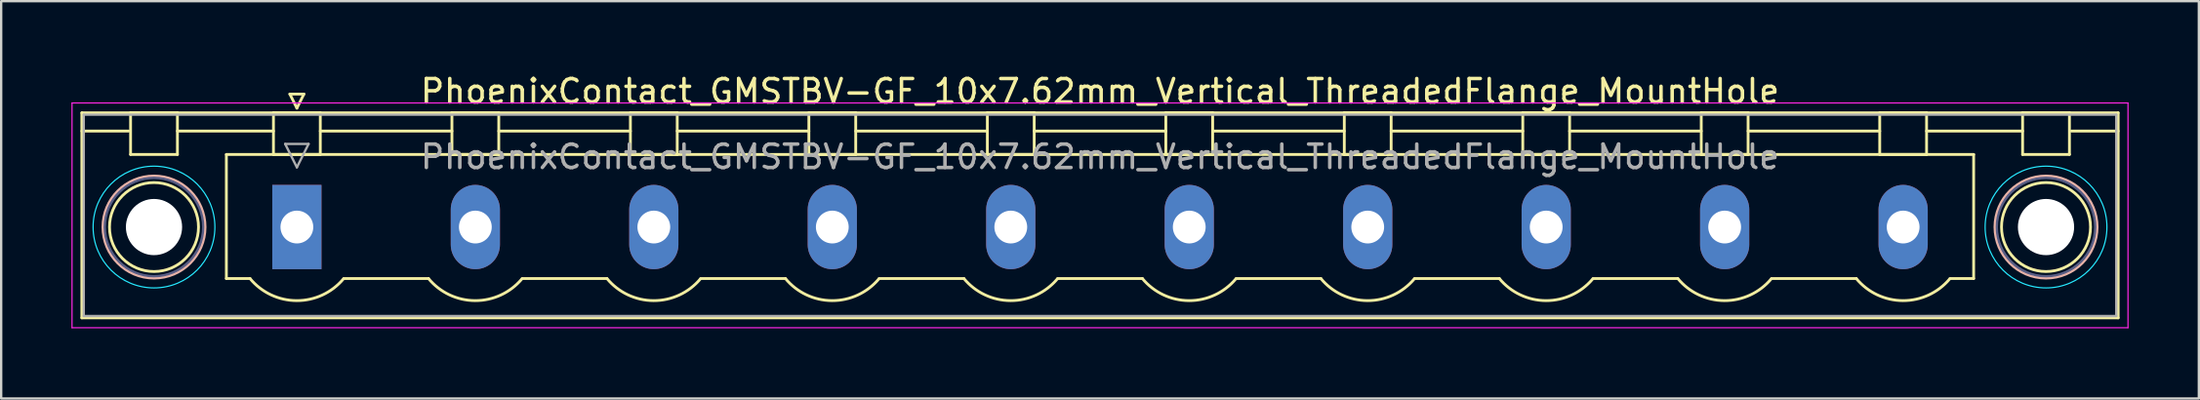
<source format=kicad_pcb>
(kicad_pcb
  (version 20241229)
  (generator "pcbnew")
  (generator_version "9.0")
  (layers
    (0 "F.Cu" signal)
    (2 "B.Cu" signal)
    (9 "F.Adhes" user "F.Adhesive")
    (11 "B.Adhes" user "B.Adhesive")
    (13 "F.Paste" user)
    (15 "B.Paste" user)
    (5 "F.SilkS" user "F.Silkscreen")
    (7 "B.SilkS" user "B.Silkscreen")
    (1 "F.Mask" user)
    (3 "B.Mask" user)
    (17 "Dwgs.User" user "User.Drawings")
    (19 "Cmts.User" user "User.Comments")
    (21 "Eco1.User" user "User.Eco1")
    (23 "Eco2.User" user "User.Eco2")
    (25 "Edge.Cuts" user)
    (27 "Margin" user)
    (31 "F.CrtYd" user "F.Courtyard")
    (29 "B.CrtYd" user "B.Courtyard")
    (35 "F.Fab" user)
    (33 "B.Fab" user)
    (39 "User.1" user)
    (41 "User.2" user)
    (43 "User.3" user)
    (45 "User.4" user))
  (footprint "PhoenixContact_GMSTBV-GF_10x7.62mm_Vertical_ThreadedFlange_MountHole"
    (layer "F.Cu")
    (at 9.625 6.648)
    (property "Reference" "PhoenixContact_GMSTBV-GF_10x7.62mm_Vertical_ThreadedFlange_MountHole" (at 34.29 -5.8 0) (layer "F.SilkS") (effects (font (size 1 1) (thickness 0.15))))
    (attr through_hole)
    (fp_line (start -9.18 -4.88) (end -9.18 3.88) (stroke (width 0.12) (type solid)) (layer "F.SilkS"))
    (fp_line (start -9.18 -4.1) (end -7.18 -4.1) (stroke (width 0.12) (type solid)) (layer "F.SilkS"))
    (fp_line (start -9.18 3.88) (end 77.76 3.88) (stroke (width 0.12) (type solid)) (layer "F.SilkS"))
    (fp_line (start -7.1 -4.88) (end -5.1 -4.88) (stroke (width 0.12) (type solid)) (layer "F.SilkS"))
    (fp_line (start -7.1 -3.1) (end -7.1 -4.88) (stroke (width 0.12) (type solid)) (layer "F.SilkS"))
    (fp_line (start -5.1 -4.88) (end -5.1 -3.1) (stroke (width 0.12) (type solid)) (layer "F.SilkS"))
    (fp_line (start -5.1 -4.1) (end -1 -4.1) (stroke (width 0.12) (type solid)) (layer "F.SilkS"))
    (fp_line (start -5.1 -3.1) (end -7.1 -3.1) (stroke (width 0.12) (type solid)) (layer "F.SilkS"))
    (fp_line (start -3.01 -3.1) (end 71.59 -3.1) (stroke (width 0.12) (type solid)) (layer "F.SilkS"))
    (fp_line (start -3.01 2.2) (end -3.01 -3.1) (stroke (width 0.12) (type solid)) (layer "F.SilkS"))
    (fp_line (start -2 2.2) (end -3.01 2.2) (stroke (width 0.12) (type solid)) (layer "F.SilkS"))
    (fp_line (start -1 -4.88) (end 1 -4.88) (stroke (width 0.12) (type solid)) (layer "F.SilkS"))
    (fp_line (start -1 -3.1) (end -1 -4.88) (stroke (width 0.12) (type solid)) (layer "F.SilkS"))
    (fp_line (start -0.3 -5.68) (end 0.3 -5.68) (stroke (width 0.12) (type solid)) (layer "F.SilkS"))
    (fp_line (start 0 -5.08) (end -0.3 -5.68) (stroke (width 0.12) (type solid)) (layer "F.SilkS"))
    (fp_line (start 0.3 -5.68) (end 0 -5.08) (stroke (width 0.12) (type solid)) (layer "F.SilkS"))
    (fp_line (start 1 -4.88) (end 1 -3.1) (stroke (width 0.12) (type solid)) (layer "F.SilkS"))
    (fp_line (start 1 -4.1) (end 6.62 -4.1) (stroke (width 0.12) (type solid)) (layer "F.SilkS"))
    (fp_line (start 1 -3.1) (end -1 -3.1) (stroke (width 0.12) (type solid)) (layer "F.SilkS"))
    (fp_line (start 2 2.2) (end 5.62 2.2) (stroke (width 0.12) (type solid)) (layer "F.SilkS"))
    (fp_line (start 6.62 -4.88) (end 8.62 -4.88) (stroke (width 0.12) (type solid)) (layer "F.SilkS"))
    (fp_line (start 6.62 -3.1) (end 6.62 -4.88) (stroke (width 0.12) (type solid)) (layer "F.SilkS"))
    (fp_line (start 8.62 -4.88) (end 8.62 -3.1) (stroke (width 0.12) (type solid)) (layer "F.SilkS"))
    (fp_line (start 8.62 -4.1) (end 14.24 -4.1) (stroke (width 0.12) (type solid)) (layer "F.SilkS"))
    (fp_line (start 8.62 -3.1) (end 6.62 -3.1) (stroke (width 0.12) (type solid)) (layer "F.SilkS"))
    (fp_line (start 9.62 2.2) (end 13.24 2.2) (stroke (width 0.12) (type solid)) (layer "F.SilkS"))
    (fp_line (start 14.24 -4.88) (end 16.24 -4.88) (stroke (width 0.12) (type solid)) (layer "F.SilkS"))
    (fp_line (start 14.24 -3.1) (end 14.24 -4.88) (stroke (width 0.12) (type solid)) (layer "F.SilkS"))
    (fp_line (start 16.24 -4.88) (end 16.24 -3.1) (stroke (width 0.12) (type solid)) (layer "F.SilkS"))
    (fp_line (start 16.24 -4.1) (end 21.86 -4.1) (stroke (width 0.12) (type solid)) (layer "F.SilkS"))
    (fp_line (start 16.24 -3.1) (end 14.24 -3.1) (stroke (width 0.12) (type solid)) (layer "F.SilkS"))
    (fp_line (start 17.24 2.2) (end 20.86 2.2) (stroke (width 0.12) (type solid)) (layer "F.SilkS"))
    (fp_line (start 21.86 -4.88) (end 23.86 -4.88) (stroke (width 0.12) (type solid)) (layer "F.SilkS"))
    (fp_line (start 21.86 -3.1) (end 21.86 -4.88) (stroke (width 0.12) (type solid)) (layer "F.SilkS"))
    (fp_line (start 23.86 -4.88) (end 23.86 -3.1) (stroke (width 0.12) (type solid)) (layer "F.SilkS"))
    (fp_line (start 23.86 -4.1) (end 29.48 -4.1) (stroke (width 0.12) (type solid)) (layer "F.SilkS"))
    (fp_line (start 23.86 -3.1) (end 21.86 -3.1) (stroke (width 0.12) (type solid)) (layer "F.SilkS"))
    (fp_line (start 24.86 2.2) (end 28.48 2.2) (stroke (width 0.12) (type solid)) (layer "F.SilkS"))
    (fp_line (start 29.48 -4.88) (end 31.48 -4.88) (stroke (width 0.12) (type solid)) (layer "F.SilkS"))
    (fp_line (start 29.48 -3.1) (end 29.48 -4.88) (stroke (width 0.12) (type solid)) (layer "F.SilkS"))
    (fp_line (start 31.48 -4.88) (end 31.48 -3.1) (stroke (width 0.12) (type solid)) (layer "F.SilkS"))
    (fp_line (start 31.48 -4.1) (end 37.1 -4.1) (stroke (width 0.12) (type solid)) (layer "F.SilkS"))
    (fp_line (start 31.48 -3.1) (end 29.48 -3.1) (stroke (width 0.12) (type solid)) (layer "F.SilkS"))
    (fp_line (start 32.48 2.2) (end 36.1 2.2) (stroke (width 0.12) (type solid)) (layer "F.SilkS"))
    (fp_line (start 37.1 -4.88) (end 39.1 -4.88) (stroke (width 0.12) (type solid)) (layer "F.SilkS"))
    (fp_line (start 37.1 -3.1) (end 37.1 -4.88) (stroke (width 0.12) (type solid)) (layer "F.SilkS"))
    (fp_line (start 39.1 -4.88) (end 39.1 -3.1) (stroke (width 0.12) (type solid)) (layer "F.SilkS"))
    (fp_line (start 39.1 -4.1) (end 44.72 -4.1) (stroke (width 0.12) (type solid)) (layer "F.SilkS"))
    (fp_line (start 39.1 -3.1) (end 37.1 -3.1) (stroke (width 0.12) (type solid)) (layer "F.SilkS"))
    (fp_line (start 40.1 2.2) (end 43.72 2.2) (stroke (width 0.12) (type solid)) (layer "F.SilkS"))
    (fp_line (start 44.72 -4.88) (end 46.72 -4.88) (stroke (width 0.12) (type solid)) (layer "F.SilkS"))
    (fp_line (start 44.72 -3.1) (end 44.72 -4.88) (stroke (width 0.12) (type solid)) (layer "F.SilkS"))
    (fp_line (start 46.72 -4.88) (end 46.72 -3.1) (stroke (width 0.12) (type solid)) (layer "F.SilkS"))
    (fp_line (start 46.72 -4.1) (end 52.34 -4.1) (stroke (width 0.12) (type solid)) (layer "F.SilkS"))
    (fp_line (start 46.72 -3.1) (end 44.72 -3.1) (stroke (width 0.12) (type solid)) (layer "F.SilkS"))
    (fp_line (start 47.72 2.2) (end 51.34 2.2) (stroke (width 0.12) (type solid)) (layer "F.SilkS"))
    (fp_line (start 52.34 -4.88) (end 54.34 -4.88) (stroke (width 0.12) (type solid)) (layer "F.SilkS"))
    (fp_line (start 52.34 -3.1) (end 52.34 -4.88) (stroke (width 0.12) (type solid)) (layer "F.SilkS"))
    (fp_line (start 54.34 -4.88) (end 54.34 -3.1) (stroke (width 0.12) (type solid)) (layer "F.SilkS"))
    (fp_line (start 54.34 -4.1) (end 59.96 -4.1) (stroke (width 0.12) (type solid)) (layer "F.SilkS"))
    (fp_line (start 54.34 -3.1) (end 52.34 -3.1) (stroke (width 0.12) (type solid)) (layer "F.SilkS"))
    (fp_line (start 55.34 2.2) (end 58.96 2.2) (stroke (width 0.12) (type solid)) (layer "F.SilkS"))
    (fp_line (start 59.96 -4.88) (end 61.96 -4.88) (stroke (width 0.12) (type solid)) (layer "F.SilkS"))
    (fp_line (start 59.96 -3.1) (end 59.96 -4.88) (stroke (width 0.12) (type solid)) (layer "F.SilkS"))
    (fp_line (start 61.96 -4.88) (end 61.96 -3.1) (stroke (width 0.12) (type solid)) (layer "F.SilkS"))
    (fp_line (start 61.96 -4.1) (end 67.58 -4.1) (stroke (width 0.12) (type solid)) (layer "F.SilkS"))
    (fp_line (start 61.96 -3.1) (end 59.96 -3.1) (stroke (width 0.12) (type solid)) (layer "F.SilkS"))
    (fp_line (start 62.96 2.2) (end 66.58 2.2) (stroke (width 0.12) (type solid)) (layer "F.SilkS"))
    (fp_line (start 67.58 -4.88) (end 69.58 -4.88) (stroke (width 0.12) (type solid)) (layer "F.SilkS"))
    (fp_line (start 67.58 -3.1) (end 67.58 -4.88) (stroke (width 0.12) (type solid)) (layer "F.SilkS"))
    (fp_line (start 69.58 -4.88) (end 69.58 -3.1) (stroke (width 0.12) (type solid)) (layer "F.SilkS"))
    (fp_line (start 69.58 -4.1) (end 73.68 -4.1) (stroke (width 0.12) (type solid)) (layer "F.SilkS"))
    (fp_line (start 69.58 -3.1) (end 67.58 -3.1) (stroke (width 0.12) (type solid)) (layer "F.SilkS"))
    (fp_line (start 71.59 -3.1) (end 71.59 2.2) (stroke (width 0.12) (type solid)) (layer "F.SilkS"))
    (fp_line (start 71.59 2.2) (end 70.58 2.2) (stroke (width 0.12) (type solid)) (layer "F.SilkS"))
    (fp_line (start 73.68 -4.88) (end 75.68 -4.88) (stroke (width 0.12) (type solid)) (layer "F.SilkS"))
    (fp_line (start 73.68 -3.1) (end 73.68 -4.88) (stroke (width 0.12) (type solid)) (layer "F.SilkS"))
    (fp_line (start 75.68 -4.88) (end 75.68 -3.1) (stroke (width 0.12) (type solid)) (layer "F.SilkS"))
    (fp_line (start 75.68 -3.1) (end 73.68 -3.1) (stroke (width 0.12) (type solid)) (layer "F.SilkS"))
    (fp_line (start 77.76 -4.88) (end -9.18 -4.88) (stroke (width 0.12) (type solid)) (layer "F.SilkS"))
    (fp_line (start 77.76 -4.1) (end 75.76 -4.1) (stroke (width 0.12) (type solid)) (layer "F.SilkS"))
    (fp_line (start 77.76 3.88) (end 77.76 -4.88) (stroke (width 0.12) (type solid)) (layer "F.SilkS"))
    (fp_arc (start 1.986842 2.215821) (mid -0.010289 3.142758) (end -2 2.2) (stroke (width 0.12) (type solid)) (layer "F.SilkS"))
    (fp_arc (start 9.606842 2.215821) (mid 7.609711 3.142758) (end 5.62 2.2) (stroke (width 0.12) (type solid)) (layer "F.SilkS"))
    (fp_arc (start 17.226842 2.215821) (mid 15.229711 3.142758) (end 13.24 2.2) (stroke (width 0.12) (type solid)) (layer "F.SilkS"))
    (fp_arc (start 24.846842 2.215821) (mid 22.849711 3.142758) (end 20.86 2.2) (stroke (width 0.12) (type solid)) (layer "F.SilkS"))
    (fp_arc (start 32.466842 2.215821) (mid 30.469711 3.142758) (end 28.48 2.2) (stroke (width 0.12) (type solid)) (layer "F.SilkS"))
    (fp_arc (start 40.086842 2.215821) (mid 38.089711 3.142758) (end 36.1 2.2) (stroke (width 0.12) (type solid)) (layer "F.SilkS"))
    (fp_arc (start 47.706842 2.215821) (mid 45.709711 3.142758) (end 43.72 2.2) (stroke (width 0.12) (type solid)) (layer "F.SilkS"))
    (fp_arc (start 55.326842 2.215821) (mid 53.329711 3.142758) (end 51.34 2.2) (stroke (width 0.12) (type solid)) (layer "F.SilkS"))
    (fp_arc (start 62.946842 2.215821) (mid 60.949711 3.142758) (end 58.96 2.2) (stroke (width 0.12) (type solid)) (layer "F.SilkS"))
    (fp_arc (start 70.566842 2.215821) (mid 68.569711 3.142758) (end 66.58 2.2) (stroke (width 0.12) (type solid)) (layer "F.SilkS"))
    (fp_circle (center -6.1 0) (end -4.2 0) (stroke (width 0.12) (type solid)) (fill no) (layer "F.SilkS"))
    (fp_circle (center 74.68 0) (end 76.58 0) (stroke (width 0.12) (type solid)) (fill no) (layer "F.SilkS"))
    (fp_circle (center -6.1 0) (end -3.92 0) (stroke (width 0.12) (type solid)) (fill no) (layer "B.SilkS"))
    (fp_circle (center 74.68 0) (end 76.86 0) (stroke (width 0.12) (type solid)) (fill no) (layer "B.SilkS"))
    (fp_circle (center -6.1 0) (end -3.5 0) (stroke (width 0.05) (type solid)) (fill no) (layer "B.CrtYd"))
    (fp_circle (center 74.68 0) (end 77.28 0) (stroke (width 0.05) (type solid)) (fill no) (layer "B.CrtYd"))
    (fp_line (start -9.6 -5.3) (end -9.6 4.3) (stroke (width 0.05) (type solid)) (layer "F.CrtYd"))
    (fp_line (start -9.6 4.3) (end 78.18 4.3) (stroke (width 0.05) (type solid)) (layer "F.CrtYd"))
    (fp_line (start 78.18 -5.3) (end -9.6 -5.3) (stroke (width 0.05) (type solid)) (layer "F.CrtYd"))
    (fp_line (start 78.18 4.3) (end 78.18 -5.3) (stroke (width 0.05) (type solid)) (layer "F.CrtYd"))
    (fp_circle (center -6.1 0) (end -4 0) (stroke (width 0.1) (type solid)) (fill no) (layer "B.Fab"))
    (fp_circle (center 74.68 0) (end 76.78 0) (stroke (width 0.1) (type solid)) (fill no) (layer "B.Fab"))
    (fp_line (start -9.1 -4.8) (end -9.1 3.8) (stroke (width 0.1) (type solid)) (layer "F.Fab"))
    (fp_line (start -9.1 3.8) (end 77.68 3.8) (stroke (width 0.1) (type solid)) (layer "F.Fab"))
    (fp_line (start -0.5 -3.55) (end 0.5 -3.55) (stroke (width 0.1) (type solid)) (layer "F.Fab"))
    (fp_line (start 0 -2.55) (end -0.5 -3.55) (stroke (width 0.1) (type solid)) (layer "F.Fab"))
    (fp_line (start 0.5 -3.55) (end 0 -2.55) (stroke (width 0.1) (type solid)) (layer "F.Fab"))
    (fp_line (start 77.68 -4.8) (end -9.1 -4.8) (stroke (width 0.1) (type solid)) (layer "F.Fab"))
    (fp_line (start 77.68 3.8) (end 77.68 -4.8) (stroke (width 0.1) (type solid)) (layer "F.Fab"))
    (fp_text user "${REFERENCE}" (at 34.29 -3 0) (layer "F.Fab") (effects (font (size 1 1) (thickness 0.15))))
    (pad "" np_thru_hole circle (at -6.1 0) (size 2.4 2.4) (drill 2.4) (layers "*.Cu" "*.Mask"))
    (pad "" np_thru_hole circle (at 74.68 0) (size 2.4 2.4) (drill 2.4) (layers "*.Cu" "*.Mask"))
    (pad "1" thru_hole rect (at 0 0) (size 2.1 3.6) (drill 1.4) (layers "*.Cu" "*.Mask"))
    (pad "2" thru_hole oval (at 7.62 0) (size 2.1 3.6) (drill 1.4) (layers "*.Cu" "*.Mask"))
    (pad "3" thru_hole oval (at 15.24 0) (size 2.1 3.6) (drill 1.4) (layers "*.Cu" "*.Mask"))
    (pad "4" thru_hole oval (at 22.86 0) (size 2.1 3.6) (drill 1.4) (layers "*.Cu" "*.Mask"))
    (pad "5" thru_hole oval (at 30.48 0) (size 2.1 3.6) (drill 1.4) (layers "*.Cu" "*.Mask"))
    (pad "6" thru_hole oval (at 38.1 0) (size 2.1 3.6) (drill 1.4) (layers "*.Cu" "*.Mask"))
    (pad "7" thru_hole oval (at 45.72 0) (size 2.1 3.6) (drill 1.4) (layers "*.Cu" "*.Mask"))
    (pad "8" thru_hole oval (at 53.34 0) (size 2.1 3.6) (drill 1.4) (layers "*.Cu" "*.Mask"))
    (pad "9" thru_hole oval (at 60.96 0) (size 2.1 3.6) (drill 1.4) (layers "*.Cu" "*.Mask"))
    (pad "10" thru_hole oval (at 68.58 0) (size 2.1 3.6) (drill 1.4) (layers "*.Cu" "*.Mask")))
  (gr_rect
    (start -3 -3)
    (end 90.83 13.973)
    (stroke (width 0.1) (type default))
    (fill no)
    (layer "Edge.Cuts")))
</source>
